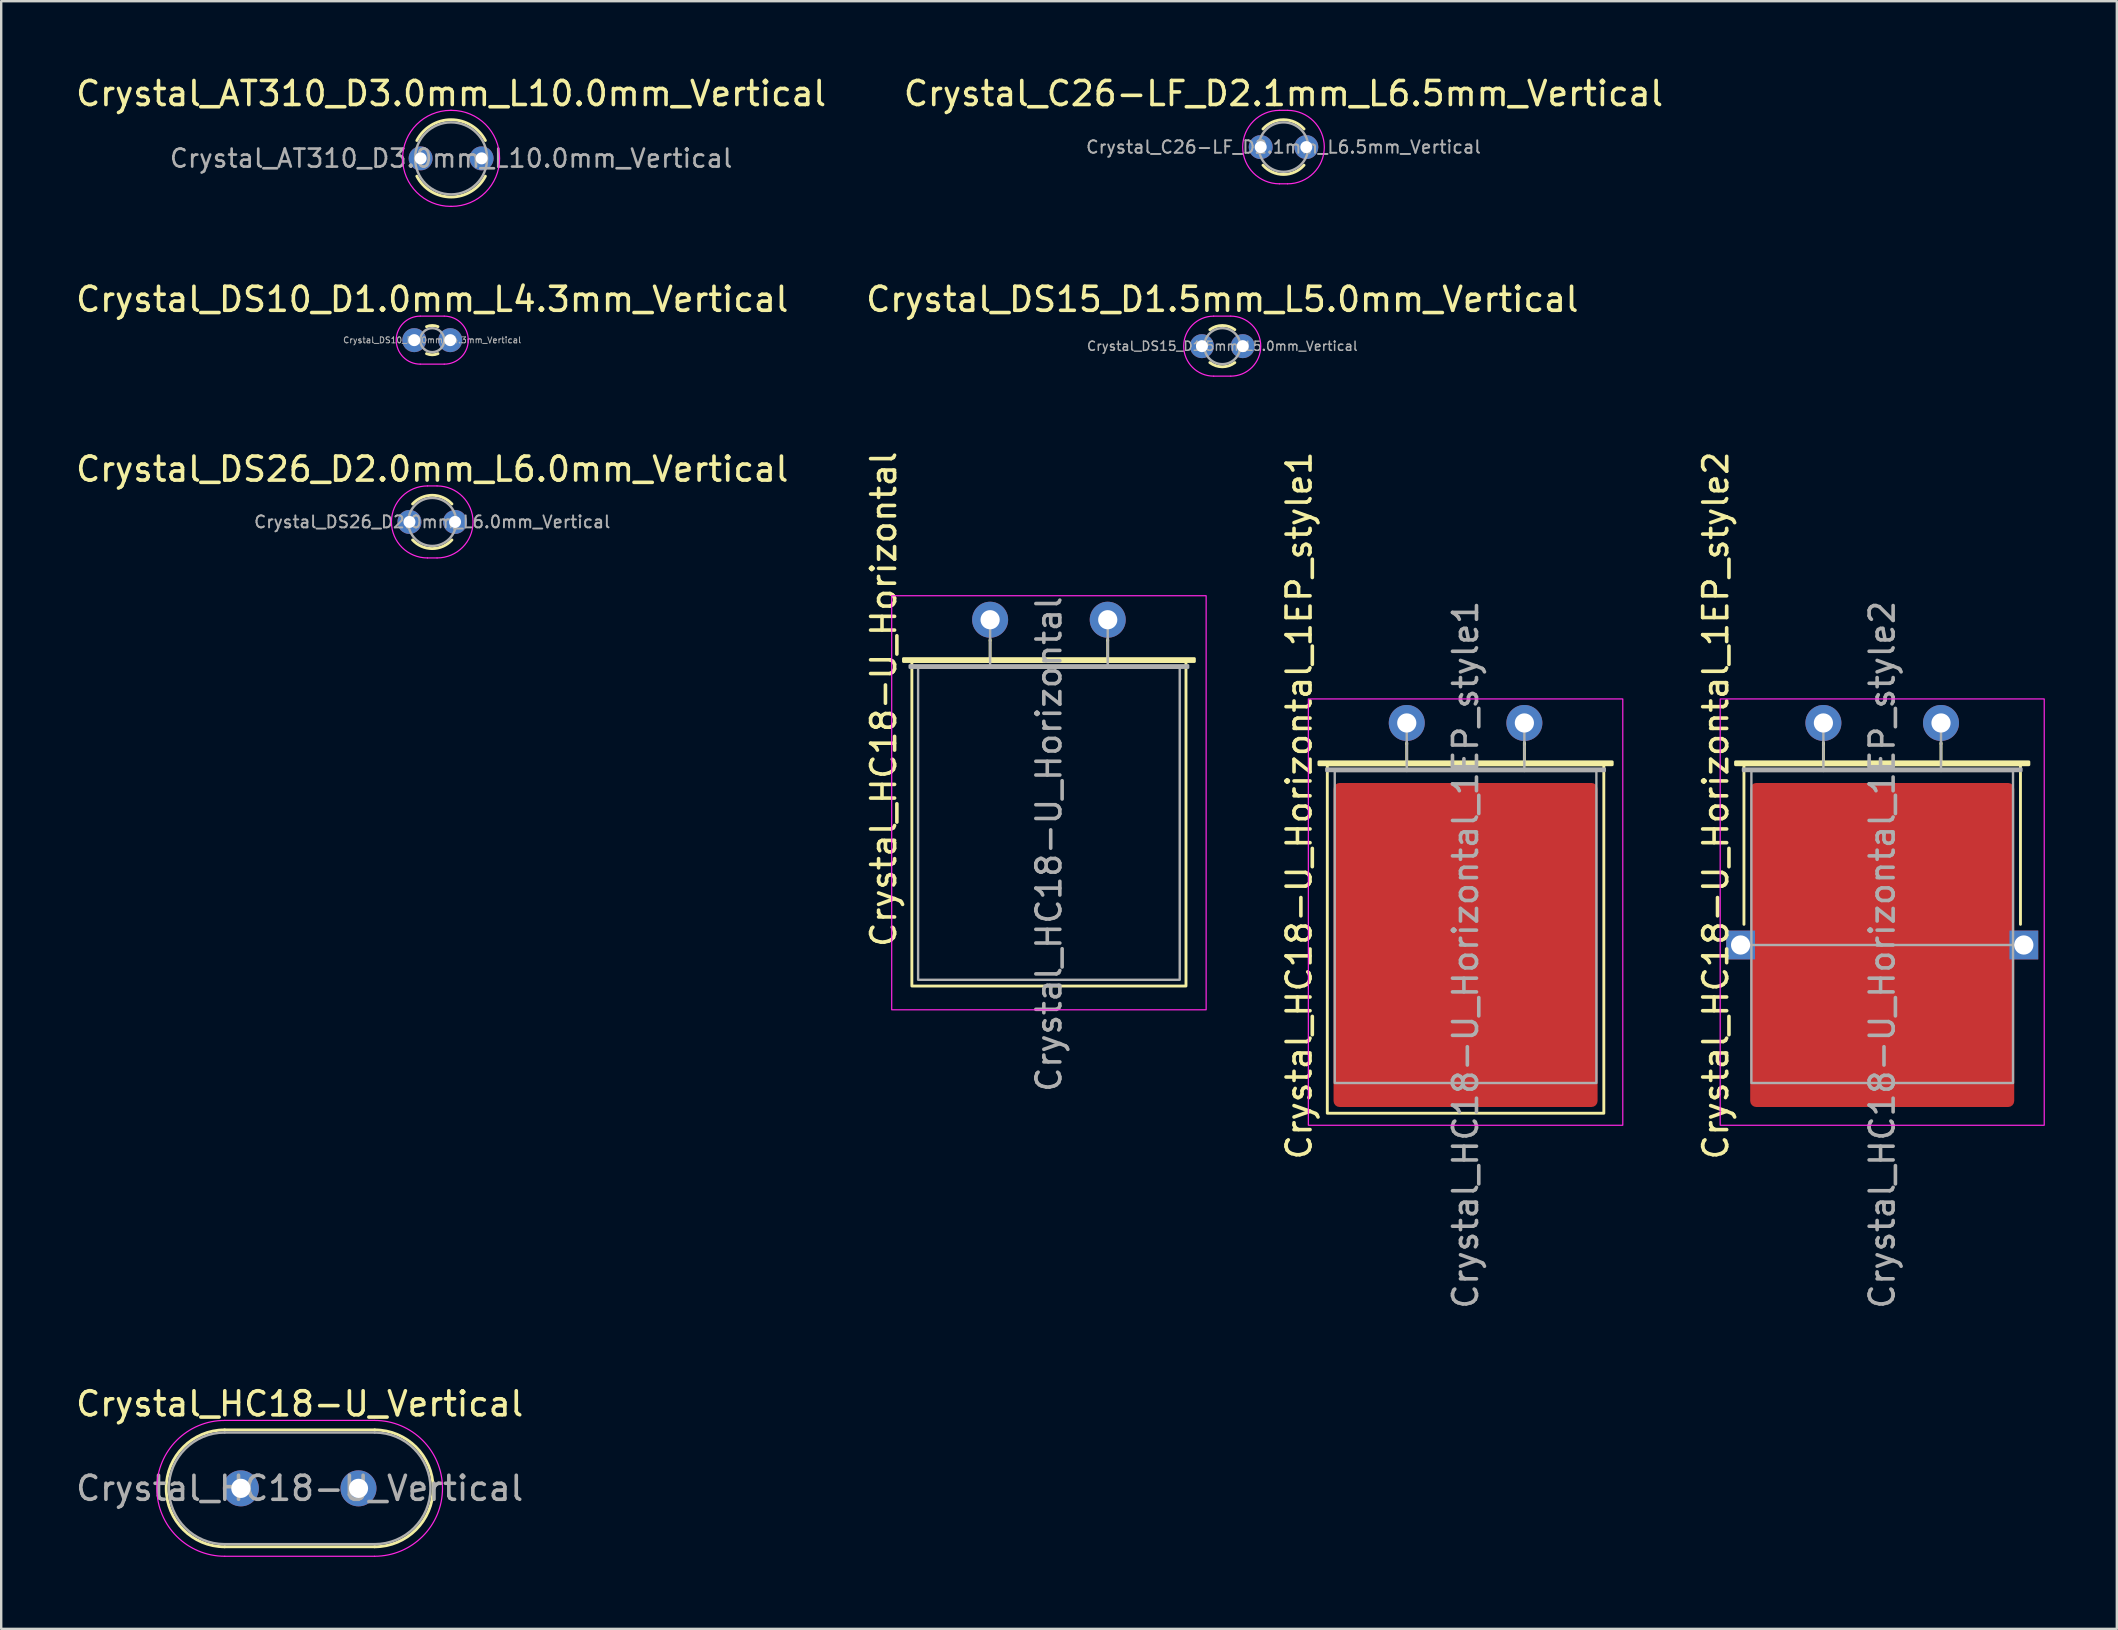
<source format=kicad_pcb>
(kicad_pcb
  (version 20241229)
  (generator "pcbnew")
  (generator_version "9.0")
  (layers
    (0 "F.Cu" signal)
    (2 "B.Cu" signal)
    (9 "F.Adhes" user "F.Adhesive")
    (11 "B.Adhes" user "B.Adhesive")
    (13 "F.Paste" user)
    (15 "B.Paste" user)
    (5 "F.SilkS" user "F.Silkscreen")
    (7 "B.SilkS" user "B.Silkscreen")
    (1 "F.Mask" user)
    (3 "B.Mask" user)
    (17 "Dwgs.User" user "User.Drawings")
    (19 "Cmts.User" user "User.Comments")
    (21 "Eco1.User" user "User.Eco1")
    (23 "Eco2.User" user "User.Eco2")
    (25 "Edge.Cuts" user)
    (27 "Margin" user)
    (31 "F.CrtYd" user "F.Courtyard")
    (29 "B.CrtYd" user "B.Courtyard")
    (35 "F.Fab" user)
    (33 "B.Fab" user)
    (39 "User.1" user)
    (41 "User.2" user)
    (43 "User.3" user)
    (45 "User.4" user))
  (footprint "Crystal_AT310_D3.0mm_L10.0mm_Vertical"
    (layer "F.Cu")
    (at 14.474 3.548)
    (property "Reference" "Crystal_AT310_D3.0mm_L10.0mm_Vertical" (at 1.27 -2.7 0) (layer "F.SilkS") (effects (font (size 1 1) (thickness 0.15))))
    (attr through_hole)
    (fp_arc (start -0.158 -0.743) (mid 1.27 -1.61) (end 2.698 -0.743) (stroke (width 0.12) (type solid)) (layer "F.SilkS"))
    (fp_arc (start 2.698 0.743) (mid 1.27 1.61) (end -0.158 0.743) (stroke (width 0.12) (type solid)) (layer "F.SilkS"))
    (fp_line (start 1.25 -2) (end 1.29 -2) (stroke (width 0.05) (type solid)) (layer "F.CrtYd"))
    (fp_line (start 1.25 2) (end 1.29 2) (stroke (width 0.05) (type solid)) (layer "F.CrtYd"))
    (fp_arc (start 1.25 2) (mid -0.75 0) (end 1.25 -2) (stroke (width 0.05) (type solid)) (layer "F.CrtYd"))
    (fp_arc (start 1.29 -2) (mid 3.29 0) (end 1.29 2) (stroke (width 0.05) (type solid)) (layer "F.CrtYd"))
    (fp_circle (center 1.27 0) (end 2.77 0) (stroke (width 0.1) (type solid)) (fill no) (layer "F.Fab"))
    (fp_text user "${REFERENCE}" (at 1.27 0 0) (layer "F.Fab") (effects (font (size 0.75 0.75) (thickness 0.11))))
    (pad "1" thru_hole circle (at 0 0) (size 1 1) (drill 0.5) (layers "*.Cu" "*.Mask"))
    (pad "2" thru_hole circle (at 2.54 0) (size 1 1) (drill 0.5) (layers "*.Cu" "*.Mask")))
  (footprint "Crystal_DS15_D1.5mm_L5.0mm_Vertical"
    (layer "F.Cu")
    (at 47.025 11.371)
    (property "Reference" "Crystal_DS15_D1.5mm_L5.0mm_Vertical" (at 0.85 -1.95 0) (layer "F.SilkS") (effects (font (size 1 1) (thickness 0.15))))
    (attr through_hole)
    (fp_arc (start 0.33 -0.685) (mid 0.85 -0.86) (end 1.37 -0.685) (stroke (width 0.12) (type solid)) (layer "F.SilkS"))
    (fp_arc (start 1.37 0.685) (mid 0.85 0.86) (end 0.33 0.685) (stroke (width 0.12) (type solid)) (layer "F.SilkS"))
    (fp_line (start 0.49 -1.25) (end 1.2 -1.25) (stroke (width 0.05) (type solid)) (layer "F.CrtYd"))
    (fp_line (start 0.49 1.25) (end 1.2 1.25) (stroke (width 0.05) (type solid)) (layer "F.CrtYd"))
    (fp_arc (start 0.49 1.25) (mid -0.76 0) (end 0.49 -1.25) (stroke (width 0.05) (type solid)) (layer "F.CrtYd"))
    (fp_arc (start 1.2 -1.25) (mid 2.45 0) (end 1.2 1.25) (stroke (width 0.05) (type solid)) (layer "F.CrtYd"))
    (fp_circle (center 0.85 0) (end 1.6 0) (stroke (width 0.1) (type solid)) (fill no) (layer "F.Fab"))
    (fp_text user "${REFERENCE}" (at 0.85 0 0) (layer "F.Fab") (effects (font (size 0.38 0.38) (thickness 0.06))))
    (pad "1" thru_hole circle (at 0 0) (size 1 1) (drill 0.5) (layers "*.Cu" "*.Mask"))
    (pad "2" thru_hole circle (at 1.7 0) (size 1 1) (drill 0.5) (layers "*.Cu" "*.Mask")))
  (footprint "Crystal_HC18-U_Horizontal_1EP_style1"
    (layer "F.Cu")
    (at 55.558 27.07)
    (property "Reference" "Crystal_HC18-U_Horizontal_1EP_style1" (at -4.485 3.44 90) (layer "F.SilkS") (effects (font (size 1 1) (thickness 0.15))))
    (attr through_hole)
    (fp_line (start 0 0.87) (end 0 0.81) (stroke (width 0.12) (type solid)) (layer "F.SilkS"))
    (fp_line (start 0 1.74) (end 0 0.87) (stroke (width 0.12) (type solid)) (layer "F.SilkS"))
    (fp_line (start 4.9 0.87) (end 4.9 0.81) (stroke (width 0.12) (type solid)) (layer "F.SilkS"))
    (fp_line (start 4.9 1.74) (end 4.9 0.87) (stroke (width 0.12) (type solid)) (layer "F.SilkS"))
    (fp_rect (start -3.66 1.74) (end 8.56 1.62) (stroke (width 0.12) (type solid)) (fill no) (layer "F.SilkS"))
    (fp_rect (start -3.31 1.74) (end 8.21 16.26) (stroke (width 0.12) (type solid)) (fill no) (layer "F.SilkS"))
    (fp_rect (start -4.1 -1) (end 9 16.76) (stroke (width 0.05) (type solid)) (fill no) (layer "F.CrtYd"))
    (fp_line (start 0 1) (end 0 0) (stroke (width 0.1) (type solid)) (layer "F.Fab"))
    (fp_line (start 0 2) (end 0 1) (stroke (width 0.1) (type solid)) (layer "F.Fab"))
    (fp_line (start 4.9 1) (end 4.9 0) (stroke (width 0.1) (type solid)) (layer "F.Fab"))
    (fp_line (start 4.9 2) (end 4.9 1) (stroke (width 0.1) (type solid)) (layer "F.Fab"))
    (fp_rect (start -3.35 2) (end 8.25 1.9) (stroke (width 0.1) (type solid)) (fill no) (layer "F.Fab"))
    (fp_rect (start -3 2) (end 7.9 15) (stroke (width 0.1) (type solid)) (fill no) (layer "F.Fab"))
    (fp_text user "${REFERENCE}" (at 2.45 9.656 90) (layer "F.Fab") (effects (font (size 1 1) (thickness 0.15))))
    (pad "1" thru_hole circle (at 0 0) (size 1.5 1.5) (drill 0.8) (layers "*.Cu" "*.Mask"))
    (pad "2" thru_hole circle (at 4.9 0) (size 1.5 1.5) (drill 0.8) (layers "*.Cu" "*.Mask"))
    (pad "3" smd roundrect (at 2.45 9.25) (size 11 13.5) (layers "F.Cu" "F.Mask" "F.Paste") (roundrect_rratio 0.023)))
  (footprint "Crystal_DS26_D2.0mm_L6.0mm_Vertical"
    (layer "F.Cu")
    (at 14.008 18.695)
    (property "Reference" "Crystal_DS26_D2.0mm_L6.0mm_Vertical" (at 0.95 -2.2 0) (layer "F.SilkS") (effects (font (size 1 1) (thickness 0.15))))
    (attr through_hole)
    (fp_arc (start 0.131 -0.749) (mid 0.95 -1.11) (end 1.769 -0.749) (stroke (width 0.12) (type solid)) (layer "F.SilkS"))
    (fp_arc (start 1.769 0.749) (mid 0.95 1.11) (end 0.131 0.749) (stroke (width 0.12) (type solid)) (layer "F.SilkS"))
    (fp_line (start 0.75 -1.5) (end 1.15 -1.5) (stroke (width 0.05) (type solid)) (layer "F.CrtYd"))
    (fp_line (start 0.75 1.5) (end 1.15 1.5) (stroke (width 0.05) (type solid)) (layer "F.CrtYd"))
    (fp_arc (start 0.75 1.5) (mid -0.75 0) (end 0.75 -1.5) (stroke (width 0.05) (type solid)) (layer "F.CrtYd"))
    (fp_arc (start 1.15 -1.5) (mid 2.65 0) (end 1.15 1.5) (stroke (width 0.05) (type solid)) (layer "F.CrtYd"))
    (fp_circle (center 0.95 0) (end 1.95 0) (stroke (width 0.1) (type solid)) (fill no) (layer "F.Fab"))
    (fp_text user "${REFERENCE}" (at 0.95 0 0) (layer "F.Fab") (effects (font (size 0.5 0.5) (thickness 0.08))))
    (pad "1" thru_hole circle (at 0 0) (size 1 1) (drill 0.5) (layers "*.Cu" "*.Mask"))
    (pad "2" thru_hole circle (at 1.9 0) (size 1 1) (drill 0.5) (layers "*.Cu" "*.Mask")))
  (footprint "Crystal_HC18-U_Horizontal_1EP_style2"
    (layer "F.Cu")
    (at 72.916 27.07)
    (property "Reference" "Crystal_HC18-U_Horizontal_1EP_style2" (at -4.485 3.44 90) (layer "F.SilkS") (effects (font (size 1 1) (thickness 0.15))))
    (attr through_hole)
    (fp_line (start -3.31 1.74) (end 8.21 1.74) (stroke (width 0.12) (type solid)) (layer "F.SilkS"))
    (fp_line (start -3.31 8.39) (end -3.31 1.74) (stroke (width 0.12) (type solid)) (layer "F.SilkS"))
    (fp_line (start 0 0.87) (end 0 0.81) (stroke (width 0.12) (type solid)) (layer "F.SilkS"))
    (fp_line (start 0 1.74) (end 0 0.87) (stroke (width 0.12) (type solid)) (layer "F.SilkS"))
    (fp_line (start 4.9 0.87) (end 4.9 0.81) (stroke (width 0.12) (type solid)) (layer "F.SilkS"))
    (fp_line (start 4.9 1.74) (end 4.9 0.87) (stroke (width 0.12) (type solid)) (layer "F.SilkS"))
    (fp_line (start 8.21 1.74) (end 8.21 8.39) (stroke (width 0.12) (type solid)) (layer "F.SilkS"))
    (fp_rect (start -3.66 1.74) (end 8.56 1.62) (stroke (width 0.12) (type solid)) (fill no) (layer "F.SilkS"))
    (fp_rect (start -4.3 -1) (end 9.2 16.76) (stroke (width 0.05) (type solid)) (fill no) (layer "F.CrtYd"))
    (fp_line (start -3.45 9.25) (end 8.35 9.25) (stroke (width 0.1) (type solid)) (layer "F.Fab"))
    (fp_line (start 0 1) (end 0 0) (stroke (width 0.1) (type solid)) (layer "F.Fab"))
    (fp_line (start 0 2) (end 0 1) (stroke (width 0.1) (type solid)) (layer "F.Fab"))
    (fp_line (start 4.9 1) (end 4.9 0) (stroke (width 0.1) (type solid)) (layer "F.Fab"))
    (fp_line (start 4.9 2) (end 4.9 1) (stroke (width 0.1) (type solid)) (layer "F.Fab"))
    (fp_rect (start -3.35 2) (end 8.25 1.9) (stroke (width 0.1) (type solid)) (fill no) (layer "F.Fab"))
    (fp_rect (start -3 2) (end 7.9 15) (stroke (width 0.1) (type solid)) (fill no) (layer "F.Fab"))
    (fp_text user "${REFERENCE}" (at 2.45 9.656 90) (layer "F.Fab") (effects (font (size 1 1) (thickness 0.15))))
    (pad "1" thru_hole circle (at 0 0) (size 1.5 1.5) (drill 0.8) (layers "*.Cu" "*.Mask"))
    (pad "2" thru_hole circle (at 4.9 0) (size 1.5 1.5) (drill 0.8) (layers "*.Cu" "*.Mask"))
    (pad "3" thru_hole rect (at -3.45 9.25) (size 1.2 1.2) (drill 0.8) (layers "*.Cu" "*.Mask"))
    (pad "3" smd roundrect (at 2.45 9.25) (size 11 13.5) (layers "F.Cu" "F.Mask" "F.Paste") (roundrect_rratio 0.023))
    (pad "3" thru_hole rect (at 8.35 9.25) (size 1.2 1.2) (drill 0.8) (layers "*.Cu" "*.Mask")))
  (footprint "Crystal_HC18-U_Horizontal"
    (layer "F.Cu")
    (at 38.2 22.769)
    (property "Reference" "Crystal_HC18-U_Horizontal" (at -4.435 3.312 90) (layer "F.SilkS") (effects (font (size 1 1) (thickness 0.15))))
    (attr through_hole)
    (fp_line (start 0 0.87) (end 0 0.81) (stroke (width 0.12) (type solid)) (layer "F.SilkS"))
    (fp_line (start 0 1.74) (end 0 0.87) (stroke (width 0.12) (type solid)) (layer "F.SilkS"))
    (fp_line (start 4.9 0.87) (end 4.9 0.81) (stroke (width 0.12) (type solid)) (layer "F.SilkS"))
    (fp_line (start 4.9 1.74) (end 4.9 0.87) (stroke (width 0.12) (type solid)) (layer "F.SilkS"))
    (fp_rect (start -3.61 1.74) (end 8.51 1.62) (stroke (width 0.12) (type solid)) (fill no) (layer "F.SilkS"))
    (fp_rect (start -3.26 1.74) (end 8.16 15.26) (stroke (width 0.12) (type solid)) (fill no) (layer "F.SilkS"))
    (fp_rect (start -4.1 -1) (end 9 16.25) (stroke (width 0.05) (type solid)) (fill no) (layer "F.CrtYd"))
    (fp_line (start 0 1) (end 0 0) (stroke (width 0.1) (type solid)) (layer "F.Fab"))
    (fp_line (start 0 2) (end 0 1) (stroke (width 0.1) (type solid)) (layer "F.Fab"))
    (fp_line (start 4.9 1) (end 4.9 0) (stroke (width 0.1) (type solid)) (layer "F.Fab"))
    (fp_line (start 4.9 2) (end 4.9 1) (stroke (width 0.1) (type solid)) (layer "F.Fab"))
    (fp_rect (start -3.35 2) (end 8.25 1.9) (stroke (width 0.1) (type solid)) (fill no) (layer "F.Fab"))
    (fp_rect (start -3 2) (end 7.9 15) (stroke (width 0.1) (type solid)) (fill no) (layer "F.Fab"))
    (fp_text user "${REFERENCE}" (at 2.45 9.35 90) (layer "F.Fab") (effects (font (size 1 1) (thickness 0.15))))
    (pad "1" thru_hole circle (at 0 0) (size 1.5 1.5) (drill 0.8) (layers "*.Cu" "*.Mask"))
    (pad "2" thru_hole circle (at 4.9 0) (size 1.5 1.5) (drill 0.8) (layers "*.Cu" "*.Mask")))
  (footprint "Crystal_C26-LF_D2.1mm_L6.5mm_Vertical"
    (layer "F.Cu")
    (at 49.473 3.078)
    (property "Reference" "Crystal_C26-LF_D2.1mm_L6.5mm_Vertical" (at 0.95 -2.23 0) (layer "F.SilkS") (effects (font (size 1 1) (thickness 0.15))))
    (attr through_hole)
    (fp_arc (start 0.095 -0.754) (mid 0.95 -1.14) (end 1.805 -0.754) (stroke (width 0.12) (type solid)) (layer "F.SilkS"))
    (fp_arc (start 1.805 0.754) (mid 0.95 1.14) (end 0.095 0.754) (stroke (width 0.12) (type solid)) (layer "F.SilkS"))
    (fp_line (start 0.78 -1.53) (end 1.12 -1.53) (stroke (width 0.05) (type solid)) (layer "F.CrtYd"))
    (fp_line (start 0.78 1.53) (end 1.12 1.53) (stroke (width 0.05) (type solid)) (layer "F.CrtYd"))
    (fp_arc (start 0.78 1.53) (mid -0.75 0) (end 0.78 -1.53) (stroke (width 0.05) (type solid)) (layer "F.CrtYd"))
    (fp_arc (start 1.12 -1.53) (mid 2.65 0) (end 1.12 1.53) (stroke (width 0.05) (type solid)) (layer "F.CrtYd"))
    (fp_circle (center 0.95 0) (end 1.98 0) (stroke (width 0.1) (type solid)) (fill no) (layer "F.Fab"))
    (fp_text user "${REFERENCE}" (at 0.95 0 0) (layer "F.Fab") (effects (font (size 0.52 0.52) (thickness 0.08))))
    (pad "1" thru_hole circle (at 0 0) (size 1 1) (drill 0.5) (layers "*.Cu" "*.Mask"))
    (pad "2" thru_hole circle (at 1.9 0) (size 1 1) (drill 0.5) (layers "*.Cu" "*.Mask")))
  (footprint "Crystal_DS10_D1.0mm_L4.3mm_Vertical"
    (layer "F.Cu")
    (at 14.208 11.121)
    (property "Reference" "Crystal_DS10_D1.0mm_L4.3mm_Vertical" (at 0.75 -1.7 0) (layer "F.SilkS") (effects (font (size 1 1) (thickness 0.15))))
    (attr through_hole)
    (fp_arc (start 0.512 -0.562) (mid 0.75 -0.61) (end 0.988 -0.562) (stroke (width 0.12) (type solid)) (layer "F.SilkS"))
    (fp_arc (start 0.988 0.562) (mid 0.75 0.61) (end 0.512 0.562) (stroke (width 0.12) (type solid)) (layer "F.SilkS"))
    (fp_line (start 0.25 -1) (end 1.25 -1) (stroke (width 0.05) (type solid)) (layer "F.CrtYd"))
    (fp_line (start 0.25 1) (end 1.25 1) (stroke (width 0.05) (type solid)) (layer "F.CrtYd"))
    (fp_arc (start 0.25 1) (mid -0.75 0) (end 0.25 -1) (stroke (width 0.05) (type solid)) (layer "F.CrtYd"))
    (fp_arc (start 1.25 -1) (mid 2.25 0) (end 1.25 1) (stroke (width 0.05) (type solid)) (layer "F.CrtYd"))
    (fp_circle (center 0.75 0) (end 1.25 0) (stroke (width 0.1) (type solid)) (fill no) (layer "F.Fab"))
    (fp_text user "${REFERENCE}" (at 0.75 0 0) (layer "F.Fab") (effects (font (size 0.25 0.25) (thickness 0.04))))
    (pad "1" thru_hole circle (at 0 0) (size 1 1) (drill 0.5) (layers "*.Cu" "*.Mask"))
    (pad "2" thru_hole circle (at 1.5 0) (size 1 1) (drill 0.5) (layers "*.Cu" "*.Mask")))
  (footprint "Crystal_HC18-U_Vertical"
    (layer "F.Cu")
    (at 6.985 58.957)
    (property "Reference" "Crystal_HC18-U_Vertical" (at 2.45 -3.52 0) (layer "F.SilkS") (effects (font (size 1 1) (thickness 0.15))))
    (attr through_hole)
    (fp_line (start -0.675 -2.435) (end 5.575 -2.435) (stroke (width 0.12) (type solid)) (layer "F.SilkS"))
    (fp_line (start -0.675 2.435) (end 5.575 2.435) (stroke (width 0.12) (type solid)) (layer "F.SilkS"))
    (fp_arc (start -0.675 2.435) (mid -3.11 0) (end -0.675 -2.435) (stroke (width 0.12) (type solid)) (layer "F.SilkS"))
    (fp_arc (start 5.575 -2.435) (mid 8.01 0) (end 5.575 2.435) (stroke (width 0.12) (type solid)) (layer "F.SilkS"))
    (fp_line (start -0.67 -2.83) (end 5.57 -2.83) (stroke (width 0.05) (type solid)) (layer "F.CrtYd"))
    (fp_line (start -0.67 2.83) (end 5.57 2.83) (stroke (width 0.05) (type solid)) (layer "F.CrtYd"))
    (fp_arc (start -0.67 2.83) (mid -3.5 0) (end -0.67 -2.83) (stroke (width 0.05) (type solid)) (layer "F.CrtYd"))
    (fp_arc (start 5.57 -2.83) (mid 8.4 0) (end 5.57 2.83) (stroke (width 0.05) (type solid)) (layer "F.CrtYd"))
    (fp_line (start -0.675 -2.325) (end 5.575 -2.325) (stroke (width 0.1) (type solid)) (layer "F.Fab"))
    (fp_line (start -0.675 2.325) (end 5.575 2.325) (stroke (width 0.1) (type solid)) (layer "F.Fab"))
    (fp_arc (start -0.675 2.325) (mid -3 0) (end -0.675 -2.325) (stroke (width 0.1) (type solid)) (layer "F.Fab"))
    (fp_arc (start 5.575 -2.325) (mid 7.9 0) (end 5.575 2.325) (stroke (width 0.1) (type solid)) (layer "F.Fab"))
    (fp_text user "${REFERENCE}" (at 2.45 0 0) (layer "F.Fab") (effects (font (size 1 1) (thickness 0.15))))
    (pad "1" thru_hole circle (at 0 0) (size 1.5 1.5) (drill 0.8) (layers "*.Cu" "*.Mask"))
    (pad "2" thru_hole circle (at 4.9 0) (size 1.5 1.5) (drill 0.8) (layers "*.Cu" "*.Mask")))
  (gr_rect
    (start -3 -3)
    (end 85.141 64.812)
    (stroke (width 0.1) (type default))
    (fill no)
    (layer "Edge.Cuts")))
</source>
